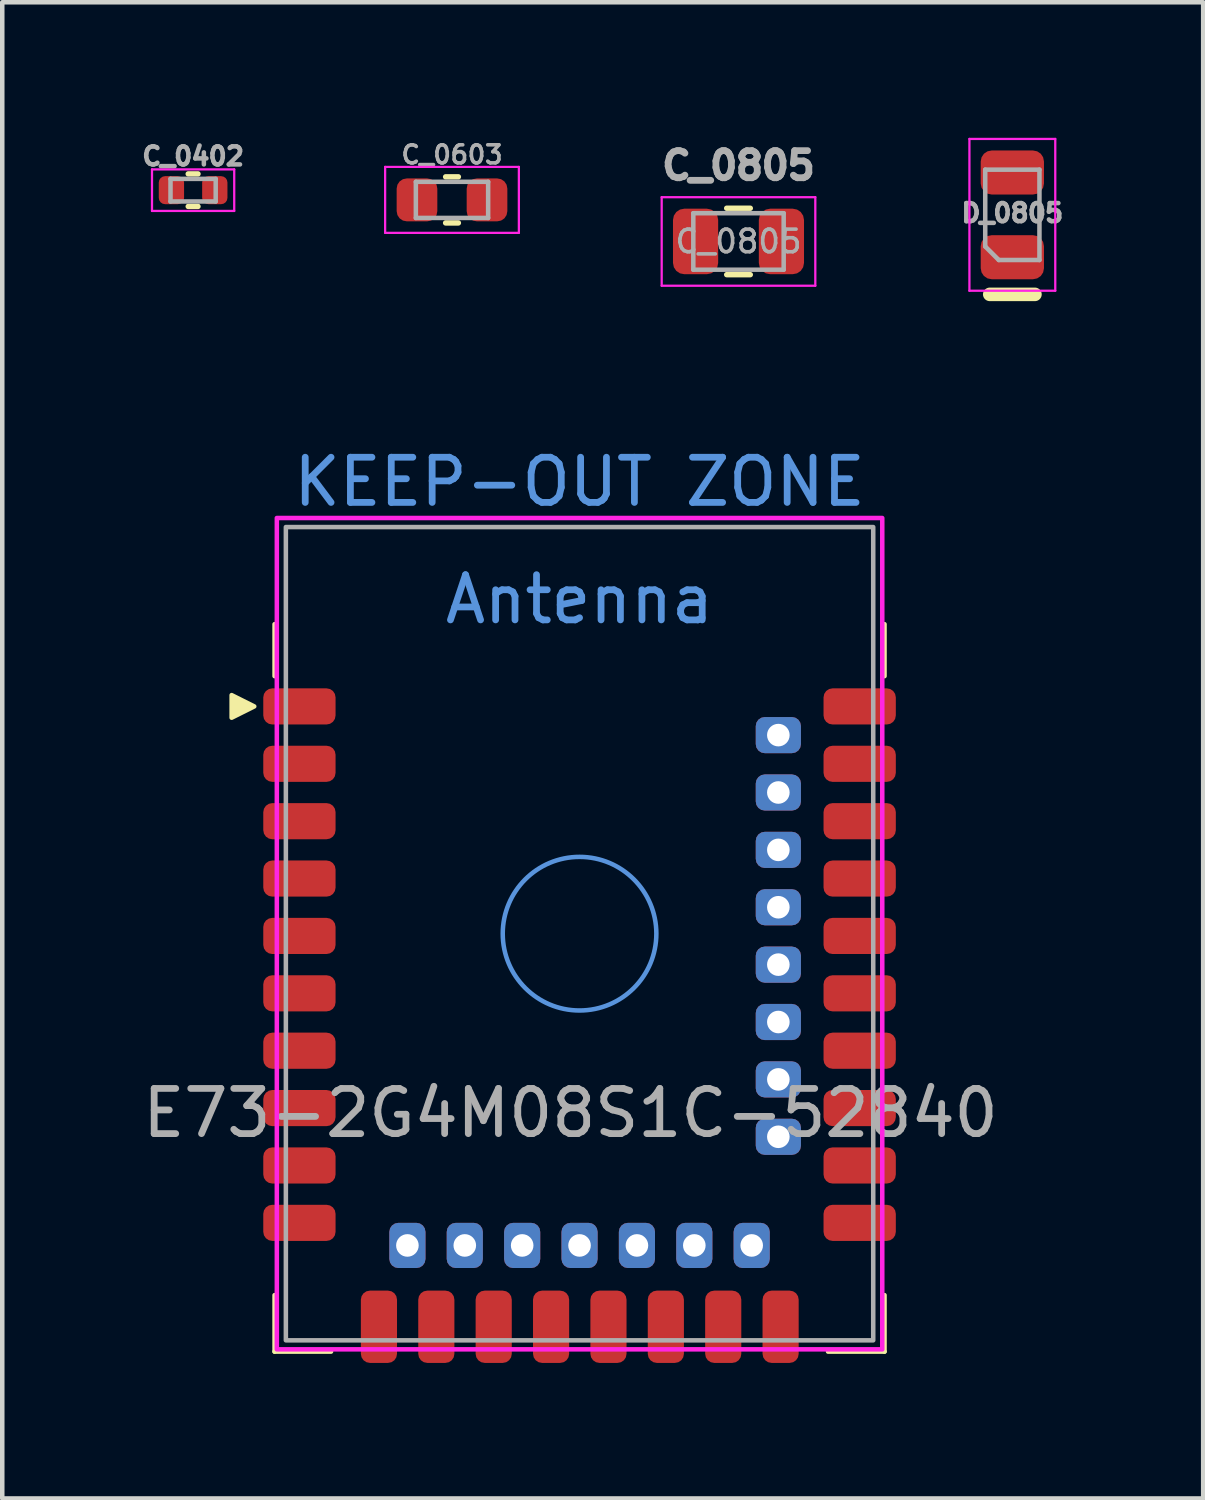
<source format=kicad_pcb>
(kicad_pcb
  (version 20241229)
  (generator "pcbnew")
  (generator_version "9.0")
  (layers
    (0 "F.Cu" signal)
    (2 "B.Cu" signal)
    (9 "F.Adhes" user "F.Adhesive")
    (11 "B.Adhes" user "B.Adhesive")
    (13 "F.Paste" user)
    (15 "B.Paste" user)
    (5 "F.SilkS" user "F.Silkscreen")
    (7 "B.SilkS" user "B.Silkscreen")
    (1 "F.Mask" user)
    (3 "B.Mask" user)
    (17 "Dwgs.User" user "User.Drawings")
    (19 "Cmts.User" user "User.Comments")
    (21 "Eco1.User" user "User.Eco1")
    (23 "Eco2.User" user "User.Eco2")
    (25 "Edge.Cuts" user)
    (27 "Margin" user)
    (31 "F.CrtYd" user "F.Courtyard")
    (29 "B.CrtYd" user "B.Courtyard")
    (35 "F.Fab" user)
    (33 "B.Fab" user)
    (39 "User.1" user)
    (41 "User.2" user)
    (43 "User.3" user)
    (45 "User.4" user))
  (footprint "C_0402"
    (layer "F.Cu")
    (at 1.224 1.159)
    (property "Reference" "C_0402" (at 0 -0.75 0) (layer "F.Fab") (effects (font (size 0.4 0.4) (thickness 0.1))))
    (property "Value" "${VALUE}" (at 0 0.75 0) (layer "F.Fab") (hide yes) (effects (font (size 0.4 0.4) (thickness 0.1))))
    (attr smd)
    (fp_line (start -0.108 -0.36) (end 0.108 -0.36) (stroke (width 0.12) (type solid)) (layer "F.SilkS"))
    (fp_line (start -0.108 0.36) (end 0.108 0.36) (stroke (width 0.12) (type solid)) (layer "F.SilkS"))
    (fp_line (start -0.91 -0.46) (end 0.91 -0.46) (stroke (width 0.05) (type solid)) (layer "F.CrtYd"))
    (fp_line (start -0.91 0.46) (end -0.91 -0.46) (stroke (width 0.05) (type solid)) (layer "F.CrtYd"))
    (fp_line (start 0.91 -0.46) (end 0.91 0.46) (stroke (width 0.05) (type solid)) (layer "F.CrtYd"))
    (fp_line (start 0.91 0.46) (end -0.91 0.46) (stroke (width 0.05) (type solid)) (layer "F.CrtYd"))
    (fp_line (start -0.5 -0.25) (end 0.5 -0.25) (stroke (width 0.1) (type solid)) (layer "F.Fab"))
    (fp_line (start -0.5 0.25) (end -0.5 -0.25) (stroke (width 0.1) (type solid)) (layer "F.Fab"))
    (fp_line (start 0.5 -0.25) (end 0.5 0.25) (stroke (width 0.1) (type solid)) (layer "F.Fab"))
    (fp_line (start 0.5 0.25) (end -0.5 0.25) (stroke (width 0.1) (type solid)) (layer "F.Fab"))
    (pad "1" smd roundrect (at -0.48 0) (size 0.56 0.62) (layers "F.Cu" "F.Mask" "F.Paste") (roundrect_rratio 0.25))
    (pad "2" smd roundrect (at 0.48 0) (size 0.56 0.62) (layers "F.Cu" "F.Mask" "F.Paste") (roundrect_rratio 0.25)))
  (footprint "E73-2G4M08S1C-52840"
    (layer "F.Cu")
    (at 9.777 17.615)
    (property "Reference" "E73-2G4M08S1C-52840" (at -0.2 3.97 0) (layer "F.Fab") (effects (font (size 1 1) (thickness 0.15))))
    (attr through_hole)
    (fp_line (start -6.75 -5.7) (end -6.75 -6.85) (stroke (width 0.1) (type default)) (layer "F.SilkS"))
    (fp_line (start -6.75 9.25) (end -6.75 8) (stroke (width 0.1) (type default)) (layer "F.SilkS"))
    (fp_line (start -6.75 9.25) (end -5.5 9.25) (stroke (width 0.1) (type default)) (layer "F.SilkS"))
    (fp_line (start 6.75 -5.7) (end 6.75 -6.85) (stroke (width 0.1) (type default)) (layer "F.SilkS"))
    (fp_line (start 6.75 8) (end 6.75 9.25) (stroke (width 0.1) (type default)) (layer "F.SilkS"))
    (fp_line (start 6.75 9.25) (end 5.5 9.25) (stroke (width 0.1) (type default)) (layer "F.SilkS"))
    (fp_poly (pts (xy -7.7 -4.78) (xy -7.7 -5.28) (xy -7.2 -5.03)) (stroke (width 0.1) (type solid)) (fill yes) (layer "F.SilkS"))
    (fp_circle (center 0 0) (end 0 -1.7) (stroke (width 0.1) (type default)) (fill no) (layer "Cmts.User"))
    (fp_rect (start -6.7 -9.2) (end 6.7 9.2) (stroke (width 0.1) (type default)) (fill no) (layer "F.CrtYd"))
    (fp_rect (start -6.5 -9) (end 6.5 9) (stroke (width 0.1) (type default)) (fill no) (layer "F.Fab"))
    (fp_text user "Antenna" (at 0 -7.4 0) (layer "Cmts.User") (effects (font (size 1 1) (thickness 0.15))))
    (fp_text user "KEEP-OUT ZONE" (at 0 -10 0) (layer "Cmts.User") (effects (font (size 1 1) (thickness 0.15))))
    (pad "1" smd roundrect (at -6.2 -5.03) (size 1.6 0.8) (layers "F.Cu" "F.Mask" "F.Paste") (roundrect_rratio 0.25))
    (pad "2" smd roundrect (at -6.2 -3.76) (size 1.6 0.8) (layers "F.Cu" "F.Mask" "F.Paste") (roundrect_rratio 0.25))
    (pad "3" smd roundrect (at -6.2 -2.49) (size 1.6 0.8) (layers "F.Cu" "F.Mask" "F.Paste") (roundrect_rratio 0.25))
    (pad "4" smd roundrect (at -6.2 -1.22) (size 1.6 0.8) (layers "F.Cu" "F.Mask" "F.Paste") (roundrect_rratio 0.25))
    (pad "5" smd roundrect (at -6.2 0.05) (size 1.6 0.8) (layers "F.Cu" "F.Mask" "F.Paste") (roundrect_rratio 0.25))
    (pad "6" smd roundrect (at -6.2 1.32) (size 1.6 0.8) (layers "F.Cu" "F.Mask" "F.Paste") (roundrect_rratio 0.25))
    (pad "7" smd roundrect (at -6.2 2.59) (size 1.6 0.8) (layers "F.Cu" "F.Mask" "F.Paste") (roundrect_rratio 0.25))
    (pad "8" smd roundrect (at -6.2 3.86) (size 1.6 0.8) (layers "F.Cu" "F.Mask" "F.Paste") (roundrect_rratio 0.25))
    (pad "9" smd roundrect (at -6.2 5.13) (size 1.6 0.8) (layers "F.Cu" "F.Mask" "F.Paste") (roundrect_rratio 0.25))
    (pad "10" smd roundrect (at -6.2 6.4) (size 1.6 0.8) (layers "F.Cu" "F.Mask" "F.Paste") (roundrect_rratio 0.25))
    (pad "11" smd roundrect (at -4.44 8.7 90) (size 1.6 0.8) (layers "F.Cu" "F.Mask" "F.Paste") (roundrect_rratio 0.25))
    (pad "12" thru_hole roundrect (at -3.81 6.9 90) (size 1 0.8) (drill 0.5) (layers "*.Cu" "*.Mask") (roundrect_rratio 0.25))
    (pad "13" smd roundrect (at -3.17 8.7 90) (size 1.6 0.8) (layers "F.Cu" "F.Mask" "F.Paste") (roundrect_rratio 0.25))
    (pad "14" thru_hole roundrect (at -2.54 6.9 90) (size 1 0.8) (drill 0.5) (layers "*.Cu" "*.Mask") (roundrect_rratio 0.25))
    (pad "15" smd roundrect (at -1.9 8.7 90) (size 1.6 0.8) (layers "F.Cu" "F.Mask" "F.Paste") (roundrect_rratio 0.25))
    (pad "16" thru_hole roundrect (at -1.27 6.9 90) (size 1 0.8) (drill 0.5) (layers "*.Cu" "*.Mask") (roundrect_rratio 0.25))
    (pad "17" smd roundrect (at -0.63 8.7 90) (size 1.6 0.8) (layers "F.Cu" "F.Mask" "F.Paste") (roundrect_rratio 0.25))
    (pad "18" thru_hole roundrect (at 0 6.9 90) (size 1 0.8) (drill 0.5) (layers "*.Cu" "*.Mask") (roundrect_rratio 0.25))
    (pad "19" smd roundrect (at 0.64 8.7 90) (size 1.6 0.8) (layers "F.Cu" "F.Mask" "F.Paste") (roundrect_rratio 0.25))
    (pad "20" thru_hole roundrect (at 1.27 6.9 90) (size 1 0.8) (drill 0.5) (layers "*.Cu" "*.Mask") (roundrect_rratio 0.25))
    (pad "21" smd roundrect (at 1.91 8.7 90) (size 1.6 0.8) (layers "F.Cu" "F.Mask" "F.Paste") (roundrect_rratio 0.25))
    (pad "22" thru_hole roundrect (at 2.54 6.9 90) (size 1 0.8) (drill 0.5) (layers "*.Cu" "*.Mask") (roundrect_rratio 0.25))
    (pad "23" smd roundrect (at 3.18 8.7 90) (size 1.6 0.8) (layers "F.Cu" "F.Mask" "F.Paste") (roundrect_rratio 0.25))
    (pad "24" thru_hole roundrect (at 3.81 6.9 90) (size 1 0.8) (drill 0.5) (layers "*.Cu" "*.Mask") (roundrect_rratio 0.25))
    (pad "25" smd roundrect (at 4.45 8.7 90) (size 1.6 0.8) (layers "F.Cu" "F.Mask" "F.Paste") (roundrect_rratio 0.25))
    (pad "26" smd roundrect (at 6.2 6.4) (size 1.6 0.8) (layers "F.Cu" "F.Mask" "F.Paste") (roundrect_rratio 0.25))
    (pad "27" smd roundrect (at 6.2 5.13) (size 1.6 0.8) (layers "F.Cu" "F.Mask" "F.Paste") (roundrect_rratio 0.25))
    (pad "28" thru_hole roundrect (at 4.4 4.495 180) (size 1 0.8) (drill 0.5) (layers "*.Cu" "*.Mask") (roundrect_rratio 0.25))
    (pad "29" smd roundrect (at 6.2 3.86) (size 1.6 0.8) (layers "F.Cu" "F.Mask" "F.Paste") (roundrect_rratio 0.25))
    (pad "30" thru_hole roundrect (at 4.4 3.225 180) (size 1 0.8) (drill 0.5) (layers "*.Cu" "*.Mask") (roundrect_rratio 0.25))
    (pad "31" smd roundrect (at 6.2 2.59) (size 1.6 0.8) (layers "F.Cu" "F.Mask" "F.Paste") (roundrect_rratio 0.25))
    (pad "32" thru_hole roundrect (at 4.4 1.955 180) (size 1 0.8) (drill 0.5) (layers "*.Cu" "*.Mask") (roundrect_rratio 0.25))
    (pad "33" smd roundrect (at 6.2 1.32) (size 1.6 0.8) (layers "F.Cu" "F.Mask" "F.Paste") (roundrect_rratio 0.25))
    (pad "34" thru_hole roundrect (at 4.4 0.685 180) (size 1 0.8) (drill 0.5) (layers "*.Cu" "*.Mask") (roundrect_rratio 0.25))
    (pad "35" smd roundrect (at 6.2 0.05) (size 1.6 0.8) (layers "F.Cu" "F.Mask" "F.Paste") (roundrect_rratio 0.25))
    (pad "36" thru_hole roundrect (at 4.4 -0.585 180) (size 1 0.8) (drill 0.5) (layers "*.Cu" "*.Mask") (roundrect_rratio 0.25))
    (pad "37" smd roundrect (at 6.2 -1.22) (size 1.6 0.8) (layers "F.Cu" "F.Mask" "F.Paste") (roundrect_rratio 0.25))
    (pad "38" thru_hole roundrect (at 4.4 -1.855 180) (size 1 0.8) (drill 0.5) (layers "*.Cu" "*.Mask") (roundrect_rratio 0.25))
    (pad "39" smd roundrect (at 6.2 -2.49) (size 1.6 0.8) (layers "F.Cu" "F.Mask" "F.Paste") (roundrect_rratio 0.25))
    (pad "40" thru_hole roundrect (at 4.4 -3.125 180) (size 1 0.8) (drill 0.5) (layers "*.Cu" "*.Mask") (roundrect_rratio 0.25))
    (pad "41" smd roundrect (at 6.2 -3.76) (size 1.6 0.8) (layers "F.Cu" "F.Mask" "F.Paste") (roundrect_rratio 0.25))
    (pad "42" thru_hole roundrect (at 4.4 -4.395 180) (size 1 0.8) (drill 0.5) (layers "*.Cu" "*.Mask") (roundrect_rratio 0.25))
    (pad "43" smd roundrect (at 6.2 -5.03) (size 1.6 0.8) (layers "F.Cu" "F.Mask" "F.Paste") (roundrect_rratio 0.25))
    (zone (net_name "") (layers "F.Cu" "B.Cu" "Dwgs.User") (hatch full 0.5) (connect_pads) (min_thickness 0.25) (filled_areas_thickness no) (keepout (tracks not_allowed) (vias not_allowed) (pads not_allowed) (copperpour not_allowed) (footprints allowed)) (placement (enabled no)) (fill) (polygon (pts (xy 1.277 6.615) (xy 18.277 6.615) (xy 18.277 12.115) (xy 1.277 12.115)))))
  (footprint "C_0805"
    (layer "F.Cu")
    (at 13.295 2.294)
    (property "Reference" "C_0805" (at 0 -1.68 0) (layer "F.Fab") (effects (font (size 0.6 0.6) (thickness 0.15))))
    (attr smd)
    (fp_line (start -0.261 -0.735) (end 0.261 -0.735) (stroke (width 0.12) (type solid)) (layer "F.SilkS"))
    (fp_line (start -0.261 0.735) (end 0.261 0.735) (stroke (width 0.12) (type solid)) (layer "F.SilkS"))
    (fp_line (start -1.7 -0.98) (end 1.7 -0.98) (stroke (width 0.05) (type solid)) (layer "F.CrtYd"))
    (fp_line (start -1.7 0.98) (end -1.7 -0.98) (stroke (width 0.05) (type solid)) (layer "F.CrtYd"))
    (fp_line (start 1.7 -0.98) (end 1.7 0.98) (stroke (width 0.05) (type solid)) (layer "F.CrtYd"))
    (fp_line (start 1.7 0.98) (end -1.7 0.98) (stroke (width 0.05) (type solid)) (layer "F.CrtYd"))
    (fp_line (start -1 -0.625) (end 1 -0.625) (stroke (width 0.1) (type solid)) (layer "F.Fab"))
    (fp_line (start -1 0.625) (end -1 -0.625) (stroke (width 0.1) (type solid)) (layer "F.Fab"))
    (fp_line (start 1 -0.625) (end 1 0.625) (stroke (width 0.1) (type solid)) (layer "F.Fab"))
    (fp_line (start 1 0.625) (end -1 0.625) (stroke (width 0.1) (type solid)) (layer "F.Fab"))
    (fp_text user "${REFERENCE}" (at 0 0 0) (layer "F.Fab") (effects (font (size 0.5 0.5) (thickness 0.08))))
    (pad "1" smd roundrect (at -0.95 0) (size 1 1.45) (layers "F.Cu" "F.Mask" "F.Paste") (roundrect_rratio 0.25))
    (pad "2" smd roundrect (at 0.95 0) (size 1 1.45) (layers "F.Cu" "F.Mask" "F.Paste") (roundrect_rratio 0.25)))
  (footprint "D_0805"
    (layer "F.Cu")
    (at 19.356 1.665)
    (property "Reference" "D_0805" (at 0 0 180) (layer "F.Fab") (effects (font (size 0.4 0.4) (thickness 0.1))))
    (property "Value" "${VALUE}" (at 1.65 0.04 90) (layer "F.Fab") (hide yes) (effects (font (size 0.6 0.6) (thickness 0.15))))
    (attr smd)
    (fp_line (start -0.5 1.8) (end 0.5 1.8) (stroke (width 0.3) (type solid)) (layer "F.SilkS"))
    (fp_line (start -0.95 -1.64) (end 0.95 -1.64) (stroke (width 0.05) (type solid)) (layer "F.CrtYd"))
    (fp_line (start -0.95 1.72) (end -0.95 -1.64) (stroke (width 0.05) (type solid)) (layer "F.CrtYd"))
    (fp_line (start 0.95 -1.64) (end 0.95 1.72) (stroke (width 0.05) (type solid)) (layer "F.CrtYd"))
    (fp_line (start 0.95 1.72) (end -0.95 1.72) (stroke (width 0.05) (type solid)) (layer "F.CrtYd"))
    (fp_line (start -0.6 -0.96) (end -0.6 0.74) (stroke (width 0.1) (type solid)) (layer "F.Fab"))
    (fp_line (start -0.6 0.74) (end -0.3 1.04) (stroke (width 0.1) (type solid)) (layer "F.Fab"))
    (fp_line (start -0.3 1.04) (end 0.6 1.04) (stroke (width 0.1) (type solid)) (layer "F.Fab"))
    (fp_line (start 0.6 -0.96) (end -0.6 -0.96) (stroke (width 0.1) (type solid)) (layer "F.Fab"))
    (fp_line (start 0.6 1.04) (end 0.6 -0.96) (stroke (width 0.1) (type solid)) (layer "F.Fab"))
    (pad "1" smd roundrect (at 0 0.978 90) (size 0.975 1.4) (layers "F.Cu" "F.Mask" "F.Paste") (roundrect_rratio 0.25))
    (pad "2" smd roundrect (at 0 -0.897 90) (size 0.975 1.4) (layers "F.Cu" "F.Mask" "F.Paste") (roundrect_rratio 0.25)))
  (footprint "C_0603"
    (layer "F.Cu")
    (at 6.954 1.374)
    (property "Reference" "C_0603" (at 0 -1 0) (layer "F.Fab") (effects (font (size 0.4 0.4) (thickness 0.08) (bold yes))))
    (property "Value" "${VALUE}" (at 0 1 0) (layer "F.Fab") (hide yes) (effects (font (size 0.4 0.4) (thickness 0.08) (bold yes))))
    (attr smd)
    (fp_line (start -0.141 -0.51) (end 0.141 -0.51) (stroke (width 0.12) (type solid)) (layer "F.SilkS"))
    (fp_line (start -0.141 0.51) (end 0.141 0.51) (stroke (width 0.12) (type solid)) (layer "F.SilkS"))
    (fp_line (start -1.48 -0.73) (end 1.48 -0.73) (stroke (width 0.05) (type solid)) (layer "F.CrtYd"))
    (fp_line (start -1.48 0.73) (end -1.48 -0.73) (stroke (width 0.05) (type solid)) (layer "F.CrtYd"))
    (fp_line (start 1.48 -0.73) (end 1.48 0.73) (stroke (width 0.05) (type solid)) (layer "F.CrtYd"))
    (fp_line (start 1.48 0.73) (end -1.48 0.73) (stroke (width 0.05) (type solid)) (layer "F.CrtYd"))
    (fp_line (start -0.8 -0.4) (end 0.8 -0.4) (stroke (width 0.1) (type solid)) (layer "F.Fab"))
    (fp_line (start -0.8 0.4) (end -0.8 -0.4) (stroke (width 0.1) (type solid)) (layer "F.Fab"))
    (fp_line (start 0.8 -0.4) (end 0.8 0.4) (stroke (width 0.1) (type solid)) (layer "F.Fab"))
    (fp_line (start 0.8 0.4) (end -0.8 0.4) (stroke (width 0.1) (type solid)) (layer "F.Fab"))
    (pad "1" smd roundrect (at -0.775 0) (size 0.9 0.95) (layers "F.Cu" "F.Mask" "F.Paste") (roundrect_rratio 0.25))
    (pad "2" smd roundrect (at 0.775 0) (size 0.9 0.95) (layers "F.Cu" "F.Mask" "F.Paste") (roundrect_rratio 0.25)))
  (gr_rect
    (start -3 -3)
    (end 23.58 30.115)
    (stroke (width 0.1) (type default))
    (fill no)
    (layer "Edge.Cuts")))
</source>
